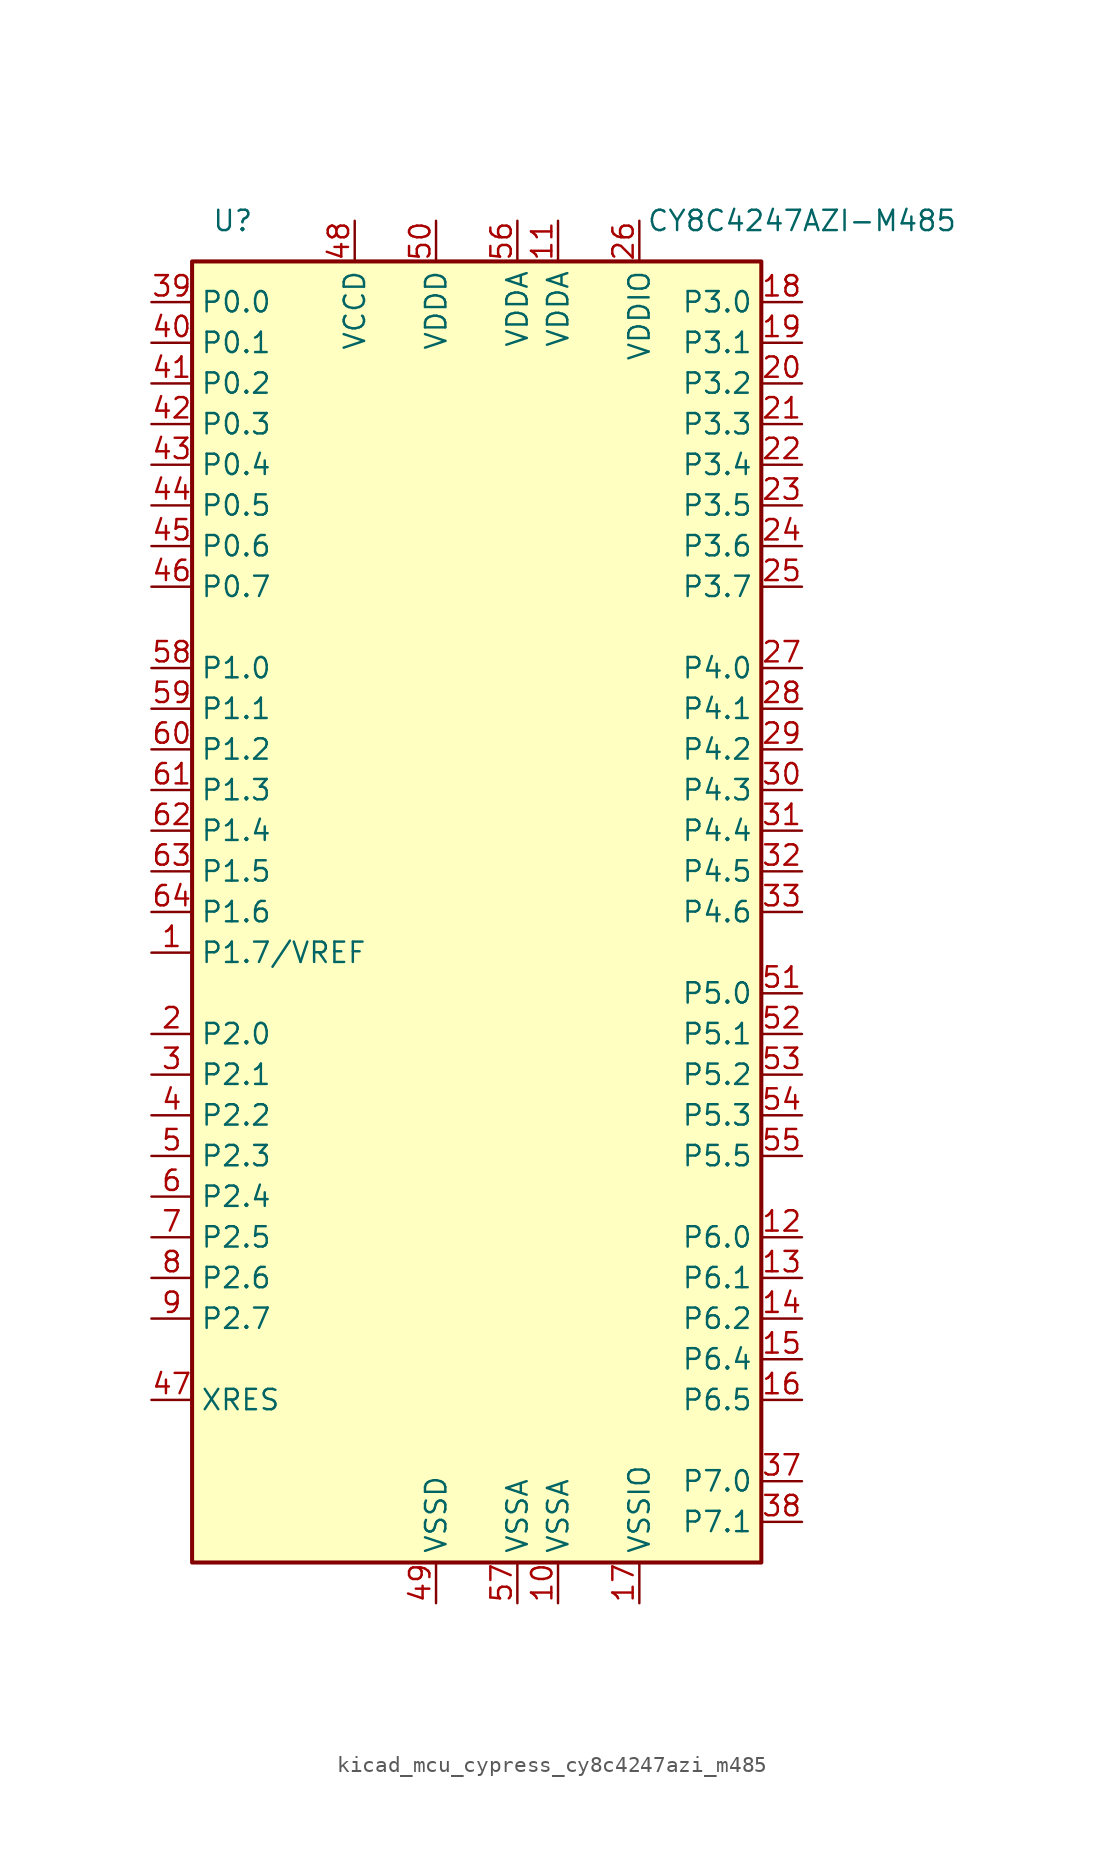
<source format=kicad_sym>
(kicad_symbol_lib
  (version 20220914)
  (generator kicad_symbol_editor)
  (symbol "kicad_mcu_cypress_cy8c4247azi_m485"
    (property "Reference" "U"
      (at -15.24 43.18 0)
      (effects (font (size 1.27 1.27))))
    (property "Value" "CY8C4247AZI-M485"
      (at 20.32 43.18 0)
      (effects (font (size 1.27 1.27))))
    (symbol "kicad_mcu_cypress_cy8c4247azi_m485_0_1"
      (rectangle (start -17.78 40.64) (end 17.78 -40.64) (stroke (width 0.254) (type default)) (fill (type background))))
    (symbol "kicad_mcu_cypress_cy8c4247azi_m485_1_1"
      (pin bidirectional line (at -20.32 -2.54 0) (length 2.54) (name "P1.7/VREF" (effects (font (size 1.27 1.27)))) (number "1" (effects (font (size 1.27 1.27)))))
      (pin power_in line (at 5.08 -43.18 90) (length 2.54) (name "VSSA" (effects (font (size 1.27 1.27)))) (number "10" (effects (font (size 1.27 1.27)))))
      (pin power_in line (at 5.08 43.18 270) (length 2.54) (name "VDDA" (effects (font (size 1.27 1.27)))) (number "11" (effects (font (size 1.27 1.27)))))
      (pin bidirectional line (at 20.32 -20.32 180) (length 2.54) (name "P6.0" (effects (font (size 1.27 1.27)))) (number "12" (effects (font (size 1.27 1.27)))))
      (pin bidirectional line (at 20.32 -22.86 180) (length 2.54) (name "P6.1" (effects (font (size 1.27 1.27)))) (number "13" (effects (font (size 1.27 1.27)))))
      (pin bidirectional line (at 20.32 -25.4 180) (length 2.54) (name "P6.2" (effects (font (size 1.27 1.27)))) (number "14" (effects (font (size 1.27 1.27)))))
      (pin bidirectional line (at 20.32 -27.94 180) (length 2.54) (name "P6.4" (effects (font (size 1.27 1.27)))) (number "15" (effects (font (size 1.27 1.27)))))
      (pin bidirectional line (at 20.32 -30.48 180) (length 2.54) (name "P6.5" (effects (font (size 1.27 1.27)))) (number "16" (effects (font (size 1.27 1.27)))))
      (pin power_in line (at 10.16 -43.18 90) (length 2.54) (name "VSSIO" (effects (font (size 1.27 1.27)))) (number "17" (effects (font (size 1.27 1.27)))))
      (pin bidirectional line (at 20.32 38.1 180) (length 2.54) (name "P3.0" (effects (font (size 1.27 1.27)))) (number "18" (effects (font (size 1.27 1.27)))))
      (pin bidirectional line (at 20.32 35.56 180) (length 2.54) (name "P3.1" (effects (font (size 1.27 1.27)))) (number "19" (effects (font (size 1.27 1.27)))))
      (pin bidirectional line (at -20.32 -7.62 0) (length 2.54) (name "P2.0" (effects (font (size 1.27 1.27)))) (number "2" (effects (font (size 1.27 1.27)))))
      (pin bidirectional line (at 20.32 33.02 180) (length 2.54) (name "P3.2" (effects (font (size 1.27 1.27)))) (number "20" (effects (font (size 1.27 1.27)))))
      (pin bidirectional line (at 20.32 30.48 180) (length 2.54) (name "P3.3" (effects (font (size 1.27 1.27)))) (number "21" (effects (font (size 1.27 1.27)))))
      (pin bidirectional line (at 20.32 27.94 180) (length 2.54) (name "P3.4" (effects (font (size 1.27 1.27)))) (number "22" (effects (font (size 1.27 1.27)))))
      (pin bidirectional line (at 20.32 25.4 180) (length 2.54) (name "P3.5" (effects (font (size 1.27 1.27)))) (number "23" (effects (font (size 1.27 1.27)))))
      (pin bidirectional line (at 20.32 22.86 180) (length 2.54) (name "P3.6" (effects (font (size 1.27 1.27)))) (number "24" (effects (font (size 1.27 1.27)))))
      (pin bidirectional line (at 20.32 20.32 180) (length 2.54) (name "P3.7" (effects (font (size 1.27 1.27)))) (number "25" (effects (font (size 1.27 1.27)))))
      (pin power_in line (at 10.16 43.18 270) (length 2.54) (name "VDDIO" (effects (font (size 1.27 1.27)))) (number "26" (effects (font (size 1.27 1.27)))))
      (pin bidirectional line (at 20.32 15.24 180) (length 2.54) (name "P4.0" (effects (font (size 1.27 1.27)))) (number "27" (effects (font (size 1.27 1.27)))))
      (pin bidirectional line (at 20.32 12.7 180) (length 2.54) (name "P4.1" (effects (font (size 1.27 1.27)))) (number "28" (effects (font (size 1.27 1.27)))))
      (pin bidirectional line (at 20.32 10.16 180) (length 2.54) (name "P4.2" (effects (font (size 1.27 1.27)))) (number "29" (effects (font (size 1.27 1.27)))))
      (pin bidirectional line (at -20.32 -10.16 0) (length 2.54) (name "P2.1" (effects (font (size 1.27 1.27)))) (number "3" (effects (font (size 1.27 1.27)))))
      (pin bidirectional line (at 20.32 7.62 180) (length 2.54) (name "P4.3" (effects (font (size 1.27 1.27)))) (number "30" (effects (font (size 1.27 1.27)))))
      (pin bidirectional line (at 20.32 5.08 180) (length 2.54) (name "P4.4" (effects (font (size 1.27 1.27)))) (number "31" (effects (font (size 1.27 1.27)))))
      (pin bidirectional line (at 20.32 2.54 180) (length 2.54) (name "P4.5" (effects (font (size 1.27 1.27)))) (number "32" (effects (font (size 1.27 1.27)))))
      (pin bidirectional line (at 20.32 0 180) (length 2.54) (name "P4.6" (effects (font (size 1.27 1.27)))) (number "33" (effects (font (size 1.27 1.27)))))
      (pin bidirectional line (at 20.32 -35.56 180) (length 2.54) (name "P7.0" (effects (font (size 1.27 1.27)))) (number "37" (effects (font (size 1.27 1.27)))))
      (pin bidirectional line (at 20.32 -38.1 180) (length 2.54) (name "P7.1" (effects (font (size 1.27 1.27)))) (number "38" (effects (font (size 1.27 1.27)))))
      (pin bidirectional line (at -20.32 38.1 0) (length 2.54) (name "P0.0" (effects (font (size 1.27 1.27)))) (number "39" (effects (font (size 1.27 1.27)))))
      (pin bidirectional line (at -20.32 -12.7 0) (length 2.54) (name "P2.2" (effects (font (size 1.27 1.27)))) (number "4" (effects (font (size 1.27 1.27)))))
      (pin bidirectional line (at -20.32 35.56 0) (length 2.54) (name "P0.1" (effects (font (size 1.27 1.27)))) (number "40" (effects (font (size 1.27 1.27)))))
      (pin bidirectional line (at -20.32 33.02 0) (length 2.54) (name "P0.2" (effects (font (size 1.27 1.27)))) (number "41" (effects (font (size 1.27 1.27)))))
      (pin bidirectional line (at -20.32 30.48 0) (length 2.54) (name "P0.3" (effects (font (size 1.27 1.27)))) (number "42" (effects (font (size 1.27 1.27)))))
      (pin bidirectional line (at -20.32 27.94 0) (length 2.54) (name "P0.4" (effects (font (size 1.27 1.27)))) (number "43" (effects (font (size 1.27 1.27)))))
      (pin bidirectional line (at -20.32 25.4 0) (length 2.54) (name "P0.5" (effects (font (size 1.27 1.27)))) (number "44" (effects (font (size 1.27 1.27)))))
      (pin bidirectional line (at -20.32 22.86 0) (length 2.54) (name "P0.6" (effects (font (size 1.27 1.27)))) (number "45" (effects (font (size 1.27 1.27)))))
      (pin bidirectional line (at -20.32 20.32 0) (length 2.54) (name "P0.7" (effects (font (size 1.27 1.27)))) (number "46" (effects (font (size 1.27 1.27)))))
      (pin input line (at -20.32 -30.48 0) (length 2.54) (name "XRES" (effects (font (size 1.27 1.27)))) (number "47" (effects (font (size 1.27 1.27)))))
      (pin power_out line (at -7.62 43.18 270) (length 2.54) (name "VCCD" (effects (font (size 1.27 1.27)))) (number "48" (effects (font (size 1.27 1.27)))))
      (pin power_in line (at -2.54 -43.18 90) (length 2.54) (name "VSSD" (effects (font (size 1.27 1.27)))) (number "49" (effects (font (size 1.27 1.27)))))
      (pin bidirectional line (at -20.32 -15.24 0) (length 2.54) (name "P2.3" (effects (font (size 1.27 1.27)))) (number "5" (effects (font (size 1.27 1.27)))))
      (pin power_in line (at -2.54 43.18 270) (length 2.54) (name "VDDD" (effects (font (size 1.27 1.27)))) (number "50" (effects (font (size 1.27 1.27)))))
      (pin bidirectional line (at 20.32 -5.08 180) (length 2.54) (name "P5.0" (effects (font (size 1.27 1.27)))) (number "51" (effects (font (size 1.27 1.27)))))
      (pin bidirectional line (at 20.32 -7.62 180) (length 2.54) (name "P5.1" (effects (font (size 1.27 1.27)))) (number "52" (effects (font (size 1.27 1.27)))))
      (pin bidirectional line (at 20.32 -10.16 180) (length 2.54) (name "P5.2" (effects (font (size 1.27 1.27)))) (number "53" (effects (font (size 1.27 1.27)))))
      (pin bidirectional line (at 20.32 -12.7 180) (length 2.54) (name "P5.3" (effects (font (size 1.27 1.27)))) (number "54" (effects (font (size 1.27 1.27)))))
      (pin bidirectional line (at 20.32 -15.24 180) (length 2.54) (name "P5.5" (effects (font (size 1.27 1.27)))) (number "55" (effects (font (size 1.27 1.27)))))
      (pin power_in line (at 2.54 43.18 270) (length 2.54) (name "VDDA" (effects (font (size 1.27 1.27)))) (number "56" (effects (font (size 1.27 1.27)))))
      (pin power_in line (at 2.54 -43.18 90) (length 2.54) (name "VSSA" (effects (font (size 1.27 1.27)))) (number "57" (effects (font (size 1.27 1.27)))))
      (pin bidirectional line (at -20.32 15.24 0) (length 2.54) (name "P1.0" (effects (font (size 1.27 1.27)))) (number "58" (effects (font (size 1.27 1.27)))))
      (pin bidirectional line (at -20.32 12.7 0) (length 2.54) (name "P1.1" (effects (font (size 1.27 1.27)))) (number "59" (effects (font (size 1.27 1.27)))))
      (pin bidirectional line (at -20.32 -17.78 0) (length 2.54) (name "P2.4" (effects (font (size 1.27 1.27)))) (number "6" (effects (font (size 1.27 1.27)))))
      (pin bidirectional line (at -20.32 10.16 0) (length 2.54) (name "P1.2" (effects (font (size 1.27 1.27)))) (number "60" (effects (font (size 1.27 1.27)))))
      (pin bidirectional line (at -20.32 7.62 0) (length 2.54) (name "P1.3" (effects (font (size 1.27 1.27)))) (number "61" (effects (font (size 1.27 1.27)))))
      (pin bidirectional line (at -20.32 5.08 0) (length 2.54) (name "P1.4" (effects (font (size 1.27 1.27)))) (number "62" (effects (font (size 1.27 1.27)))))
      (pin bidirectional line (at -20.32 2.54 0) (length 2.54) (name "P1.5" (effects (font (size 1.27 1.27)))) (number "63" (effects (font (size 1.27 1.27)))))
      (pin bidirectional line (at -20.32 0 0) (length 2.54) (name "P1.6" (effects (font (size 1.27 1.27)))) (number "64" (effects (font (size 1.27 1.27)))))
      (pin bidirectional line (at -20.32 -20.32 0) (length 2.54) (name "P2.5" (effects (font (size 1.27 1.27)))) (number "7" (effects (font (size 1.27 1.27)))))
      (pin bidirectional line (at -20.32 -22.86 0) (length 2.54) (name "P2.6" (effects (font (size 1.27 1.27)))) (number "8" (effects (font (size 1.27 1.27)))))
      (pin bidirectional line (at -20.32 -25.4 0) (length 2.54) (name "P2.7" (effects (font (size 1.27 1.27)))) (number "9" (effects (font (size 1.27 1.27))))))))
</source>
